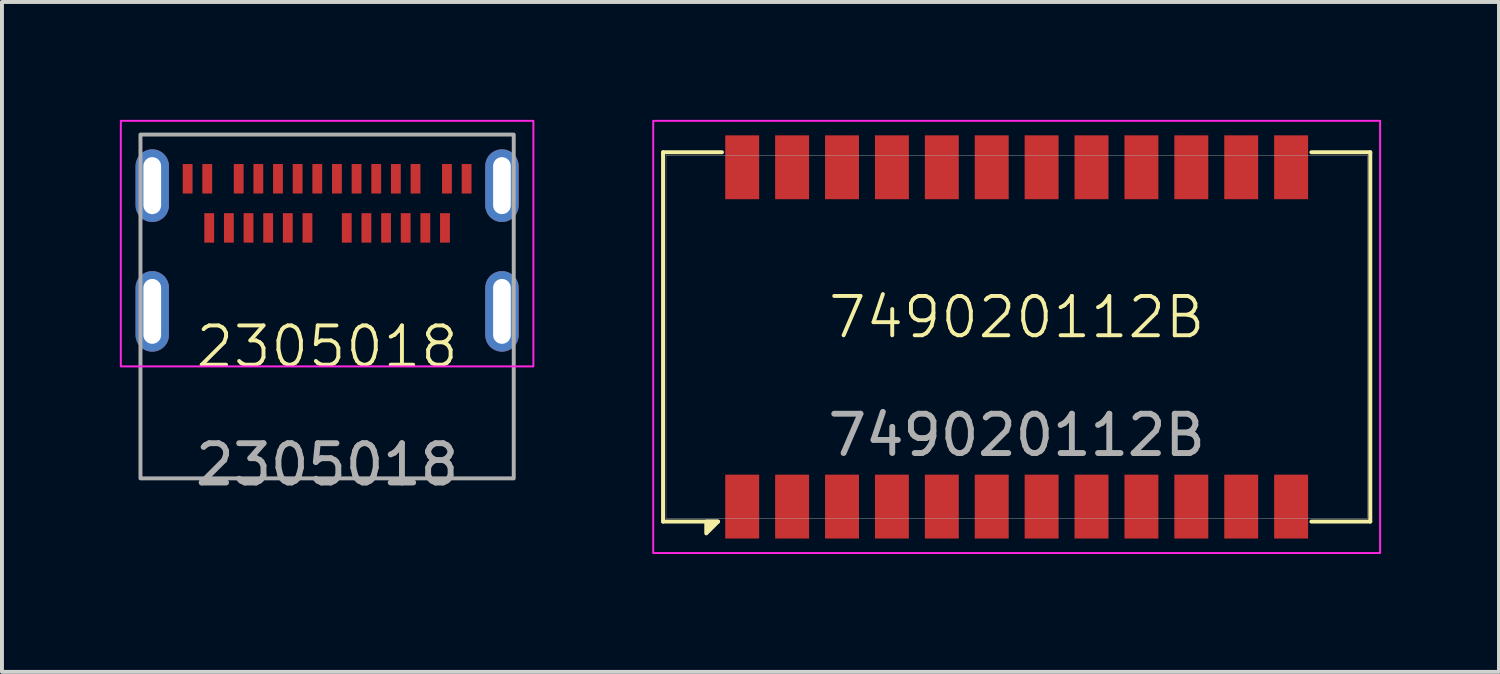
<source format=kicad_pcb>
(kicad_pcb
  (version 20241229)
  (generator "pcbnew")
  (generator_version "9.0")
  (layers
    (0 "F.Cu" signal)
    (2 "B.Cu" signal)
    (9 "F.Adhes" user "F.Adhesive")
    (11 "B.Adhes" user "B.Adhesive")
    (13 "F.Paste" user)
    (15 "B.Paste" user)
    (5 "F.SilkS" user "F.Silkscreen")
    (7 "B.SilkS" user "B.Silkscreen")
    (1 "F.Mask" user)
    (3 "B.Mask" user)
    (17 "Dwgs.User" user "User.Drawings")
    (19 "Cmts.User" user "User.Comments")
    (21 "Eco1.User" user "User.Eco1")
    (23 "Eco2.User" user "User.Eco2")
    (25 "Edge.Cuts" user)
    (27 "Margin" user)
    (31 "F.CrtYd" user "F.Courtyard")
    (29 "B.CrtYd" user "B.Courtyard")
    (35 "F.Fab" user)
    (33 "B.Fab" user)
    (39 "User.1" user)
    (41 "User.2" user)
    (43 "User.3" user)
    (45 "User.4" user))
  (footprint "2305018"
    (layer "F.Cu")
    (at 5.275 6.275)
    (property "Reference" "2305018" (at 0 -0.5 0) (unlocked yes) (layer "F.SilkS") (effects (font (size 1 1) (thickness 0.1))))
    (attr smd)
    (fp_rect (start -5.25 -6.25) (end 5.25 0) (stroke (width 0.05) (type default)) (fill no) (layer "F.CrtYd"))
    (fp_rect (start -4.75 -5.9) (end 4.75 2.85) (stroke (width 0.1) (type solid)) (fill no) (layer "F.Fab"))
    (fp_text user "${REFERENCE}" (at 0 2.5 0) (unlocked yes) (layer "F.Fab") (effects (font (size 1 1) (thickness 0.15))))
    (pad "A1" smd rect (at -3.05 -4.775) (size 0.25 0.75) (layers "F.Cu" "F.Mask" "F.Paste"))
    (pad "A2" smd rect (at -2.25 -4.775) (size 0.25 0.75) (layers "F.Cu" "F.Mask" "F.Paste"))
    (pad "A3" smd rect (at -1.75 -4.775) (size 0.25 0.75) (layers "F.Cu" "F.Mask" "F.Paste"))
    (pad "A4" smd rect (at -1.25 -4.775) (size 0.25 0.75) (layers "F.Cu" "F.Mask" "F.Paste"))
    (pad "A5" smd rect (at -0.75 -4.775) (size 0.25 0.75) (layers "F.Cu" "F.Mask" "F.Paste"))
    (pad "A6" smd rect (at -0.25 -4.775) (size 0.25 0.75) (layers "F.Cu" "F.Mask" "F.Paste"))
    (pad "A7" smd rect (at 0.25 -4.775) (size 0.25 0.75) (layers "F.Cu" "F.Mask" "F.Paste"))
    (pad "A8" smd rect (at 0.75 -4.775) (size 0.25 0.75) (layers "F.Cu" "F.Mask" "F.Paste"))
    (pad "A9" smd rect (at 1.25 -4.775) (size 0.25 0.75) (layers "F.Cu" "F.Mask" "F.Paste"))
    (pad "A10" smd rect (at 1.75 -4.775) (size 0.25 0.75) (layers "F.Cu" "F.Mask" "F.Paste"))
    (pad "A11" smd rect (at 2.25 -4.775) (size 0.25 0.75) (layers "F.Cu" "F.Mask" "F.Paste"))
    (pad "A12" smd rect (at 3.05 -4.775) (size 0.25 0.75) (layers "F.Cu" "F.Mask" "F.Paste"))
    (pad "B1" smd rect (at 3 -3.525) (size 0.25 0.75) (layers "F.Cu" "F.Mask" "F.Paste"))
    (pad "B2" smd rect (at 2.5 -3.525) (size 0.25 0.75) (layers "F.Cu" "F.Mask" "F.Paste"))
    (pad "B3" smd rect (at 2 -3.525) (size 0.25 0.75) (layers "F.Cu" "F.Mask" "F.Paste"))
    (pad "B4" smd rect (at 1.5 -3.525) (size 0.25 0.75) (layers "F.Cu" "F.Mask" "F.Paste"))
    (pad "B5" smd rect (at 1 -3.525) (size 0.25 0.75) (layers "F.Cu" "F.Mask" "F.Paste"))
    (pad "B6" smd rect (at 0.5 -3.525) (size 0.25 0.75) (layers "F.Cu" "F.Mask" "F.Paste"))
    (pad "B7" smd rect (at -0.5 -3.525) (size 0.25 0.75) (layers "F.Cu" "F.Mask" "F.Paste"))
    (pad "B8" smd rect (at -1 -3.525) (size 0.25 0.75) (layers "F.Cu" "F.Mask" "F.Paste"))
    (pad "B9" smd rect (at -1.5 -3.525) (size 0.25 0.75) (layers "F.Cu" "F.Mask" "F.Paste"))
    (pad "B10" smd rect (at -2 -3.525) (size 0.25 0.75) (layers "F.Cu" "F.Mask" "F.Paste"))
    (pad "B11" smd rect (at -2.5 -3.525) (size 0.25 0.75) (layers "F.Cu" "F.Mask" "F.Paste"))
    (pad "B12" smd rect (at -3 -3.525) (size 0.25 0.75) (layers "F.Cu" "F.Mask" "F.Paste"))
    (pad "MID" smd rect (at -3.55 -4.775) (size 0.25 0.75) (layers "F.Cu" "F.Mask" "F.Paste"))
    (pad "MID" smd rect (at 3.55 -4.775) (size 0.25 0.75) (layers "F.Cu" "F.Mask" "F.Paste"))
    (pad "MP" thru_hole oval (at -4.45 -4.6) (size 0.85 1.85) (drill oval 0.45 1.45) (layers "*.Cu" "*.Mask"))
    (pad "MP" thru_hole oval (at -4.45 -1.4) (size 0.85 2.05) (drill oval 0.45 1.65) (layers "*.Cu" "*.Mask"))
    (pad "MP" thru_hole oval (at 4.45 -4.6) (size 0.85 1.85) (drill oval 0.45 1.45) (layers "*.Cu" "*.Mask"))
    (pad "MP" thru_hole oval (at 4.45 -1.4) (size 0.85 2.05) (drill oval 0.45 1.65) (layers "*.Cu" "*.Mask")))
  (footprint "749020112B"
    (layer "F.Cu")
    (at 22.825 5.525)
    (property "Reference" "749020112B" (at 0 -0.5 0) (unlocked yes) (layer "F.SilkS") (effects (font (size 1 1) (thickness 0.1))))
    (attr smd)
    (fp_line (start -9 -4.7) (end -9 4.7) (stroke (width 0.1) (type default)) (layer "F.SilkS"))
    (fp_line (start -9 4.7) (end -7.6 4.7) (stroke (width 0.1) (type default)) (layer "F.SilkS"))
    (fp_line (start -7.5 -4.7) (end -9 -4.7) (stroke (width 0.1) (type default)) (layer "F.SilkS"))
    (fp_line (start 7.5 4.7) (end 9 4.7) (stroke (width 0.1) (type default)) (layer "F.SilkS"))
    (fp_line (start 9 -4.7) (end 7.5 -4.7) (stroke (width 0.1) (type default)) (layer "F.SilkS"))
    (fp_line (start 9 4.7) (end 9 -4.7) (stroke (width 0.1) (type default)) (layer "F.SilkS"))
    (fp_poly (pts (xy -7.6 4.7) (xy -7.9 5) (xy -7.9 4.7)) (stroke (width 0.1) (type solid)) (fill yes) (layer "F.SilkS"))
    (fp_rect (start -9.25 -5.5) (end 9.25 5.5) (stroke (width 0.05) (type default)) (fill no) (layer "F.CrtYd"))
    (fp_rect (start -8.925 -4.625) (end 8.925 4.625) (stroke (width 0.01) (type default)) (fill no) (layer "F.Fab"))
    (fp_text user "${REFERENCE}" (at 0 2.5 0) (unlocked yes) (layer "F.Fab") (effects (font (size 1 1) (thickness 0.15))))
    (pad "1" smd rect (at -6.985 4.318) (size 0.864 1.626) (layers "F.Cu" "F.Mask" "F.Paste"))
    (pad "2" smd rect (at -5.715 4.318) (size 0.864 1.626) (layers "F.Cu" "F.Mask" "F.Paste"))
    (pad "3" smd rect (at -4.445 4.318) (size 0.864 1.626) (layers "F.Cu" "F.Mask" "F.Paste"))
    (pad "4" smd rect (at -3.175 4.318) (size 0.864 1.626) (layers "F.Cu" "F.Mask" "F.Paste"))
    (pad "5" smd rect (at -1.905 4.318) (size 0.864 1.626) (layers "F.Cu" "F.Mask" "F.Paste"))
    (pad "6" smd rect (at -0.635 4.318) (size 0.864 1.626) (layers "F.Cu" "F.Mask" "F.Paste"))
    (pad "7" smd rect (at 0.635 4.318) (size 0.864 1.626) (layers "F.Cu" "F.Mask" "F.Paste"))
    (pad "8" smd rect (at 1.905 4.318) (size 0.864 1.626) (layers "F.Cu" "F.Mask" "F.Paste"))
    (pad "9" smd rect (at 3.175 4.318) (size 0.864 1.626) (layers "F.Cu" "F.Mask" "F.Paste"))
    (pad "10" smd rect (at 4.445 4.318) (size 0.864 1.626) (layers "F.Cu" "F.Mask" "F.Paste"))
    (pad "11" smd rect (at 5.715 4.318) (size 0.864 1.626) (layers "F.Cu" "F.Mask" "F.Paste"))
    (pad "12" smd rect (at 6.985 4.318) (size 0.864 1.626) (layers "F.Cu" "F.Mask" "F.Paste"))
    (pad "13" smd rect (at 6.985 -4.318) (size 0.864 1.626) (layers "F.Cu" "F.Mask" "F.Paste"))
    (pad "14" smd rect (at 5.715 -4.318) (size 0.864 1.626) (layers "F.Cu" "F.Mask" "F.Paste"))
    (pad "15" smd rect (at 4.445 -4.318) (size 0.864 1.626) (layers "F.Cu" "F.Mask" "F.Paste"))
    (pad "16" smd rect (at 3.175 -4.318) (size 0.864 1.626) (layers "F.Cu" "F.Mask" "F.Paste"))
    (pad "17" smd rect (at 1.905 -4.318) (size 0.864 1.626) (layers "F.Cu" "F.Mask" "F.Paste"))
    (pad "18" smd rect (at 0.635 -4.318) (size 0.864 1.626) (layers "F.Cu" "F.Mask" "F.Paste"))
    (pad "19" smd rect (at -0.635 -4.318) (size 0.864 1.626) (layers "F.Cu" "F.Mask" "F.Paste"))
    (pad "20" smd rect (at -1.905 -4.318) (size 0.864 1.626) (layers "F.Cu" "F.Mask" "F.Paste"))
    (pad "21" smd rect (at -3.175 -4.318) (size 0.864 1.626) (layers "F.Cu" "F.Mask" "F.Paste"))
    (pad "22" smd rect (at -4.445 -4.318) (size 0.864 1.626) (layers "F.Cu" "F.Mask" "F.Paste"))
    (pad "23" smd rect (at -5.715 -4.318) (size 0.864 1.626) (layers "F.Cu" "F.Mask" "F.Paste"))
    (pad "24" smd rect (at -6.985 -4.318) (size 0.864 1.626) (layers "F.Cu" "F.Mask" "F.Paste")))
  (gr_rect
    (start -3 -3)
    (end 35.1 14.05)
    (stroke (width 0.1) (type default))
    (fill no)
    (layer "Edge.Cuts")))
</source>
